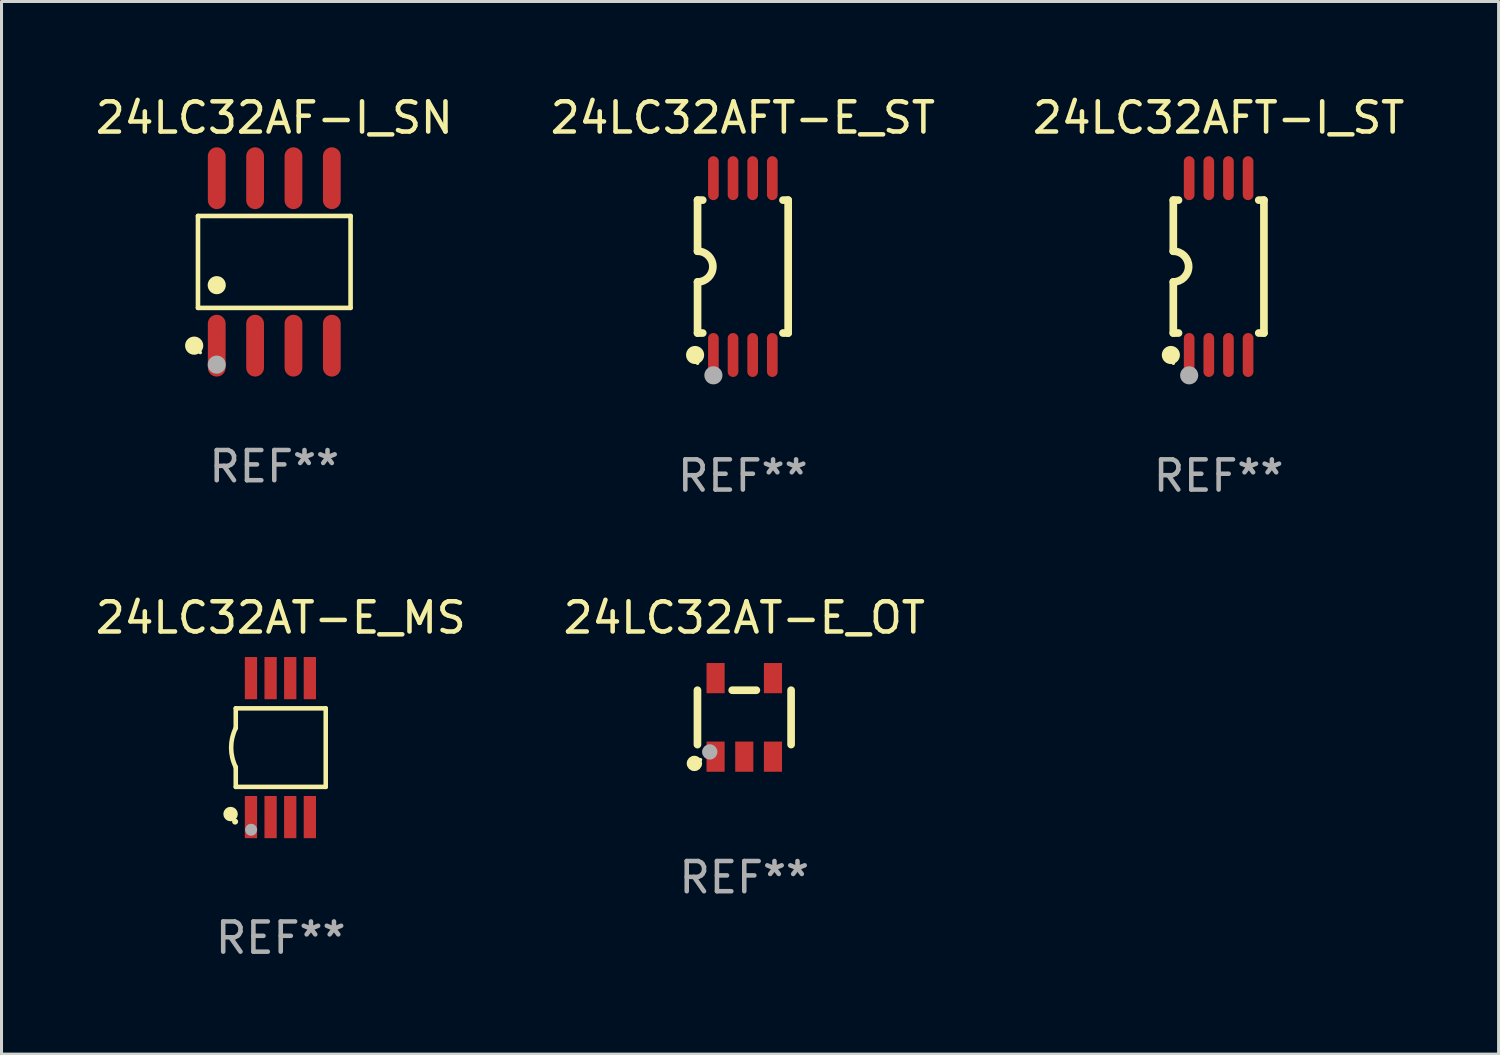
<source format=kicad_pcb>
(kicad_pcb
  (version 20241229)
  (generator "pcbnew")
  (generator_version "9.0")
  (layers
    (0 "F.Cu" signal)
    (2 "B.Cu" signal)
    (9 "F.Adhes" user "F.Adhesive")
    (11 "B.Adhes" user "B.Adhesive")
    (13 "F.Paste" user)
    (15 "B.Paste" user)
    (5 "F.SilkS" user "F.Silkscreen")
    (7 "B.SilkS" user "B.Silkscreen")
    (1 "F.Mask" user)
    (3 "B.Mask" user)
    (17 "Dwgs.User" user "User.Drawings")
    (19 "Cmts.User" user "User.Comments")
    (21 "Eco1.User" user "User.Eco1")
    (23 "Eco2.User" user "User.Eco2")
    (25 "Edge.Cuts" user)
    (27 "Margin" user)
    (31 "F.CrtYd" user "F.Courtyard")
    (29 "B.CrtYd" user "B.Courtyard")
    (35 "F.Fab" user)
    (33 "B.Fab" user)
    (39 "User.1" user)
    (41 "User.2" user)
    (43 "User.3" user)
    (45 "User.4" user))
  (footprint "24LC32AF-I_SN"
    (layer "F.Cu")
    (at 6.03 5.621)
    (property "Reference" "24LC32AF-I_SN" (at 0 -4.772 0) (layer "F.SilkS") (effects (font (size 1 1) (thickness 0.15))))
    (attr through_hole)
    (fp_line (start -2.526 -1.521) (end 2.526 -1.521) (stroke (width 0.152) (type solid)) (layer "F.SilkS"))
    (fp_line (start -2.526 1.521) (end -2.526 -1.521) (stroke (width 0.152) (type solid)) (layer "F.SilkS"))
    (fp_line (start 2.526 -1.521) (end 2.526 1.521) (stroke (width 0.152) (type solid)) (layer "F.SilkS"))
    (fp_line (start 2.526 1.521) (end -2.526 1.521) (stroke (width 0.152) (type solid)) (layer "F.SilkS"))
    (fp_circle (center -2.652 2.772) (end -2.501 2.772) (stroke (width 0.3) (type solid)) (fill no) (layer "F.SilkS"))
    (fp_circle (center -2.45 3) (end -2.42 3) (stroke (width 0.06) (type solid)) (fill no) (layer "F.SilkS"))
    (fp_circle (center -1.905 0.769) (end -1.755 0.769) (stroke (width 0.3) (type solid)) (fill no) (layer "F.SilkS"))
    (fp_circle (center -1.905 3.4) (end -1.755 3.4) (stroke (width 0.3) (type solid)) (fill no) (layer "F.Fab"))
    (fp_text user "REF**" (at 0 6.772 0) (layer "F.Fab") (effects (font (size 1 1) (thickness 0.15))))
    (pad "1" smd oval (at -1.905 2.772) (size 0.588 2.045) (layers "F.Cu" "F.Mask" "F.Paste"))
    (pad "2" smd oval (at -0.635 2.772) (size 0.588 2.045) (layers "F.Cu" "F.Mask" "F.Paste"))
    (pad "3" smd oval (at 0.635 2.772) (size 0.588 2.045) (layers "F.Cu" "F.Mask" "F.Paste"))
    (pad "4" smd oval (at 1.905 2.772) (size 0.588 2.045) (layers "F.Cu" "F.Mask" "F.Paste"))
    (pad "5" smd oval (at 1.905 -2.772) (size 0.588 2.045) (layers "F.Cu" "F.Mask" "F.Paste"))
    (pad "6" smd oval (at 0.635 -2.772) (size 0.588 2.045) (layers "F.Cu" "F.Mask" "F.Paste"))
    (pad "7" smd oval (at -0.635 -2.772) (size 0.588 2.045) (layers "F.Cu" "F.Mask" "F.Paste"))
    (pad "8" smd oval (at -1.905 -2.772) (size 0.588 2.045) (layers "F.Cu" "F.Mask" "F.Paste")))
  (footprint "24LC32AT-E_OT"
    (layer "F.Cu")
    (at 21.589 20.699)
    (property "Reference" "24LC32AT-E_OT" (at 0 -3.3 0) (layer "F.SilkS") (effects (font (size 1 1) (thickness 0.15))))
    (attr through_hole)
    (fp_line (start -1.55 -0.9) (end -1.55 0.9) (stroke (width 0.254) (type solid)) (layer "F.SilkS"))
    (fp_line (start -0.4 -0.9) (end 0.4 -0.9) (stroke (width 0.254) (type solid)) (layer "F.SilkS"))
    (fp_line (start 1.55 -0.9) (end 1.55 0.9) (stroke (width 0.254) (type solid)) (layer "F.SilkS"))
    (fp_circle (center -1.651 1.524) (end -1.524 1.524) (stroke (width 0.254) (type solid)) (fill no) (layer "F.SilkS"))
    (fp_circle (center -1.45 1.4) (end -1.42 1.4) (stroke (width 0.06) (type solid)) (fill no) (layer "F.SilkS"))
    (fp_circle (center -1.143 1.143) (end -1.016 1.143) (stroke (width 0.254) (type solid)) (fill no) (layer "F.Fab"))
    (fp_text user "REF**" (at 0 5.3 0) (layer "F.Fab") (effects (font (size 1 1) (thickness 0.15))))
    (pad "1" smd rect (at -0.95 1.3 270) (size 1 0.6) (layers "F.Cu" "F.Mask" "F.Paste"))
    (pad "2" smd rect (at 0.000025 1.3 270) (size 1 0.6) (layers "F.Cu" "F.Mask" "F.Paste"))
    (pad "3" smd rect (at 0.95 1.3 270) (size 1 0.6) (layers "F.Cu" "F.Mask" "F.Paste"))
    (pad "4" smd rect (at 0.95 -1.3 270) (size 1 0.6) (layers "F.Cu" "F.Mask" "F.Paste"))
    (pad "5" smd rect (at -0.95 -1.3 270) (size 1 0.6) (layers "F.Cu" "F.Mask" "F.Paste")))
  (footprint "24LC32AFT-E_ST"
    (layer "F.Cu")
    (at 21.542 5.775)
    (property "Reference" "24LC32AFT-E_ST" (at 0 -4.927 0) (layer "F.SilkS") (effects (font (size 1 1) (thickness 0.15))))
    (attr through_hole)
    (fp_line (start -1.5 -2.2) (end -1.5 -0.508) (stroke (width 0.254) (type solid)) (layer "F.SilkS"))
    (fp_line (start -1.5 -2.2) (end -1.328 -2.2) (stroke (width 0.254) (type solid)) (layer "F.SilkS"))
    (fp_line (start -1.5 2.2) (end -1.5 0.508) (stroke (width 0.254) (type solid)) (layer "F.SilkS"))
    (fp_line (start -1.5 2.2) (end -1.328 2.2) (stroke (width 0.254) (type solid)) (layer "F.SilkS"))
    (fp_line (start 1.328 -2.2) (end 1.5 -2.2) (stroke (width 0.254) (type solid)) (layer "F.SilkS"))
    (fp_line (start 1.328 2.2) (end 1.5 2.2) (stroke (width 0.254) (type solid)) (layer "F.SilkS"))
    (fp_line (start 1.5 -2.2) (end 1.5 2.2) (stroke (width 0.254) (type solid)) (layer "F.SilkS"))
    (fp_arc (start -1.501144 -0.508) (mid -0.993143 -0.000571) (end -1.5 0.508001) (stroke (width 0.254001) (type solid)) (layer "F.SilkS"))
    (fp_circle (center -1.581 2.927) (end -1.431 2.927) (stroke (width 0.3) (type solid)) (fill no) (layer "F.SilkS"))
    (fp_circle (center -1.5 3.2) (end -1.47 3.2) (stroke (width 0.06) (type solid)) (fill no) (layer "F.SilkS"))
    (fp_circle (center -0.975 3.6) (end -0.825 3.6) (stroke (width 0.3) (type solid)) (fill no) (layer "F.Fab"))
    (fp_text user "REF**" (at 0 6.927 0) (layer "F.Fab") (effects (font (size 1 1) (thickness 0.15))))
    (pad "1" smd oval (at -0.975 2.927) (size 0.353 1.454) (layers "F.Cu" "F.Mask" "F.Paste"))
    (pad "2" smd oval (at -0.325 2.927) (size 0.353 1.454) (layers "F.Cu" "F.Mask" "F.Paste"))
    (pad "3" smd oval (at 0.325 2.927) (size 0.353 1.454) (layers "F.Cu" "F.Mask" "F.Paste"))
    (pad "4" smd oval (at 0.975 2.927) (size 0.353 1.454) (layers "F.Cu" "F.Mask" "F.Paste"))
    (pad "5" smd oval (at 0.975 -2.927) (size 0.353 1.454) (layers "F.Cu" "F.Mask" "F.Paste"))
    (pad "6" smd oval (at 0.325 -2.927) (size 0.353 1.454) (layers "F.Cu" "F.Mask" "F.Paste"))
    (pad "7" smd oval (at -0.325 -2.927) (size 0.353 1.454) (layers "F.Cu" "F.Mask" "F.Paste"))
    (pad "8" smd oval (at -0.975 -2.927) (size 0.353 1.454) (layers "F.Cu" "F.Mask" "F.Paste")))
  (footprint "24LC32AFT-I_ST"
    (layer "F.Cu")
    (at 37.292 5.775)
    (property "Reference" "24LC32AFT-I_ST" (at 0 -4.927 0) (layer "F.SilkS") (effects (font (size 1 1) (thickness 0.15))))
    (attr through_hole)
    (fp_line (start -1.5 -2.2) (end -1.5 -0.508) (stroke (width 0.254) (type solid)) (layer "F.SilkS"))
    (fp_line (start -1.5 -2.2) (end -1.328 -2.2) (stroke (width 0.254) (type solid)) (layer "F.SilkS"))
    (fp_line (start -1.5 2.2) (end -1.5 0.508) (stroke (width 0.254) (type solid)) (layer "F.SilkS"))
    (fp_line (start -1.5 2.2) (end -1.328 2.2) (stroke (width 0.254) (type solid)) (layer "F.SilkS"))
    (fp_line (start 1.328 -2.2) (end 1.5 -2.2) (stroke (width 0.254) (type solid)) (layer "F.SilkS"))
    (fp_line (start 1.328 2.2) (end 1.5 2.2) (stroke (width 0.254) (type solid)) (layer "F.SilkS"))
    (fp_line (start 1.5 -2.2) (end 1.5 2.2) (stroke (width 0.254) (type solid)) (layer "F.SilkS"))
    (fp_arc (start -1.501144 -0.508) (mid -0.993143 -0.000571) (end -1.5 0.508001) (stroke (width 0.254001) (type solid)) (layer "F.SilkS"))
    (fp_circle (center -1.581 2.927) (end -1.431 2.927) (stroke (width 0.3) (type solid)) (fill no) (layer "F.SilkS"))
    (fp_circle (center -1.5 3.2) (end -1.47 3.2) (stroke (width 0.06) (type solid)) (fill no) (layer "F.SilkS"))
    (fp_circle (center -0.975 3.6) (end -0.825 3.6) (stroke (width 0.3) (type solid)) (fill no) (layer "F.Fab"))
    (fp_text user "REF**" (at 0 6.927 0) (layer "F.Fab") (effects (font (size 1 1) (thickness 0.15))))
    (pad "1" smd oval (at -0.975 2.927) (size 0.353 1.454) (layers "F.Cu" "F.Mask" "F.Paste"))
    (pad "2" smd oval (at -0.325 2.927) (size 0.353 1.454) (layers "F.Cu" "F.Mask" "F.Paste"))
    (pad "3" smd oval (at 0.325 2.927) (size 0.353 1.454) (layers "F.Cu" "F.Mask" "F.Paste"))
    (pad "4" smd oval (at 0.975 2.927) (size 0.353 1.454) (layers "F.Cu" "F.Mask" "F.Paste"))
    (pad "5" smd oval (at 0.975 -2.927) (size 0.353 1.454) (layers "F.Cu" "F.Mask" "F.Paste"))
    (pad "6" smd oval (at 0.325 -2.927) (size 0.353 1.454) (layers "F.Cu" "F.Mask" "F.Paste"))
    (pad "7" smd oval (at -0.325 -2.927) (size 0.353 1.454) (layers "F.Cu" "F.Mask" "F.Paste"))
    (pad "8" smd oval (at -0.975 -2.927) (size 0.353 1.454) (layers "F.Cu" "F.Mask" "F.Paste")))
  (footprint "24LC32AT-E_MS"
    (layer "F.Cu")
    (at 6.244 21.699)
    (property "Reference" "24LC32AT-E_MS" (at 0 -4.3 0) (layer "F.SilkS") (effects (font (size 1 1) (thickness 0.15))))
    (attr through_hole)
    (fp_line (start -1.489 -1.3) (end -1.489 -0.648) (stroke (width 0.15) (type solid)) (layer "F.SilkS"))
    (fp_line (start -1.489 0.648) (end -1.489 1.3) (stroke (width 0.15) (type solid)) (layer "F.SilkS"))
    (fp_line (start -1.489 1.3) (end 1.489 1.3) (stroke (width 0.15) (type solid)) (layer "F.SilkS"))
    (fp_line (start 1.489 -1.3) (end -1.489 -1.3) (stroke (width 0.15) (type solid)) (layer "F.SilkS"))
    (fp_line (start 1.489 1.3) (end 1.489 -1.3) (stroke (width 0.15) (type solid)) (layer "F.SilkS"))
    (fp_arc (start -1.489205 0.647702) (mid -1.642107 0) (end -1.489205 -0.647701) (stroke (width 0.150013) (type solid)) (layer "F.SilkS"))
    (fp_circle (center -1.661 2.2) (end -1.541 2.2) (stroke (width 0.24) (type solid)) (fill no) (layer "F.SilkS"))
    (fp_circle (center -1.511 2.45) (end -1.461 2.45) (stroke (width 0.1) (type solid)) (fill no) (layer "F.SilkS"))
    (fp_circle (center -0.981 2.72) (end -0.881 2.72) (stroke (width 0.2) (type solid)) (fill no) (layer "F.Fab"))
    (fp_text user "REF**" (at 0 6.3 0) (layer "F.Fab") (effects (font (size 1 1) (thickness 0.15))))
    (pad "1" smd rect (at -0.986 2.3) (size 0.406 1.397) (layers "F.Cu" "F.Mask" "F.Paste"))
    (pad "2" smd rect (at -0.336 2.3) (size 0.406 1.397) (layers "F.Cu" "F.Mask" "F.Paste"))
    (pad "3" smd rect (at 0.314 2.3) (size 0.406 1.397) (layers "F.Cu" "F.Mask" "F.Paste"))
    (pad "4" smd rect (at 0.964 2.3) (size 0.406 1.397) (layers "F.Cu" "F.Mask" "F.Paste"))
    (pad "5" smd rect (at 0.964 -2.3) (size 0.406 1.397) (layers "F.Cu" "F.Mask" "F.Paste"))
    (pad "6" smd rect (at 0.314 -2.3) (size 0.406 1.397) (layers "F.Cu" "F.Mask" "F.Paste"))
    (pad "7" smd rect (at -0.336 -2.3) (size 0.406 1.397) (layers "F.Cu" "F.Mask" "F.Paste"))
    (pad "8" smd rect (at -0.986 -2.3) (size 0.406 1.397) (layers "F.Cu" "F.Mask" "F.Paste")))
  (gr_rect
    (start -3 -3)
    (end 46.56 31.847)
    (stroke (width 0.1) (type default))
    (fill no)
    (layer "Edge.Cuts")))
</source>
